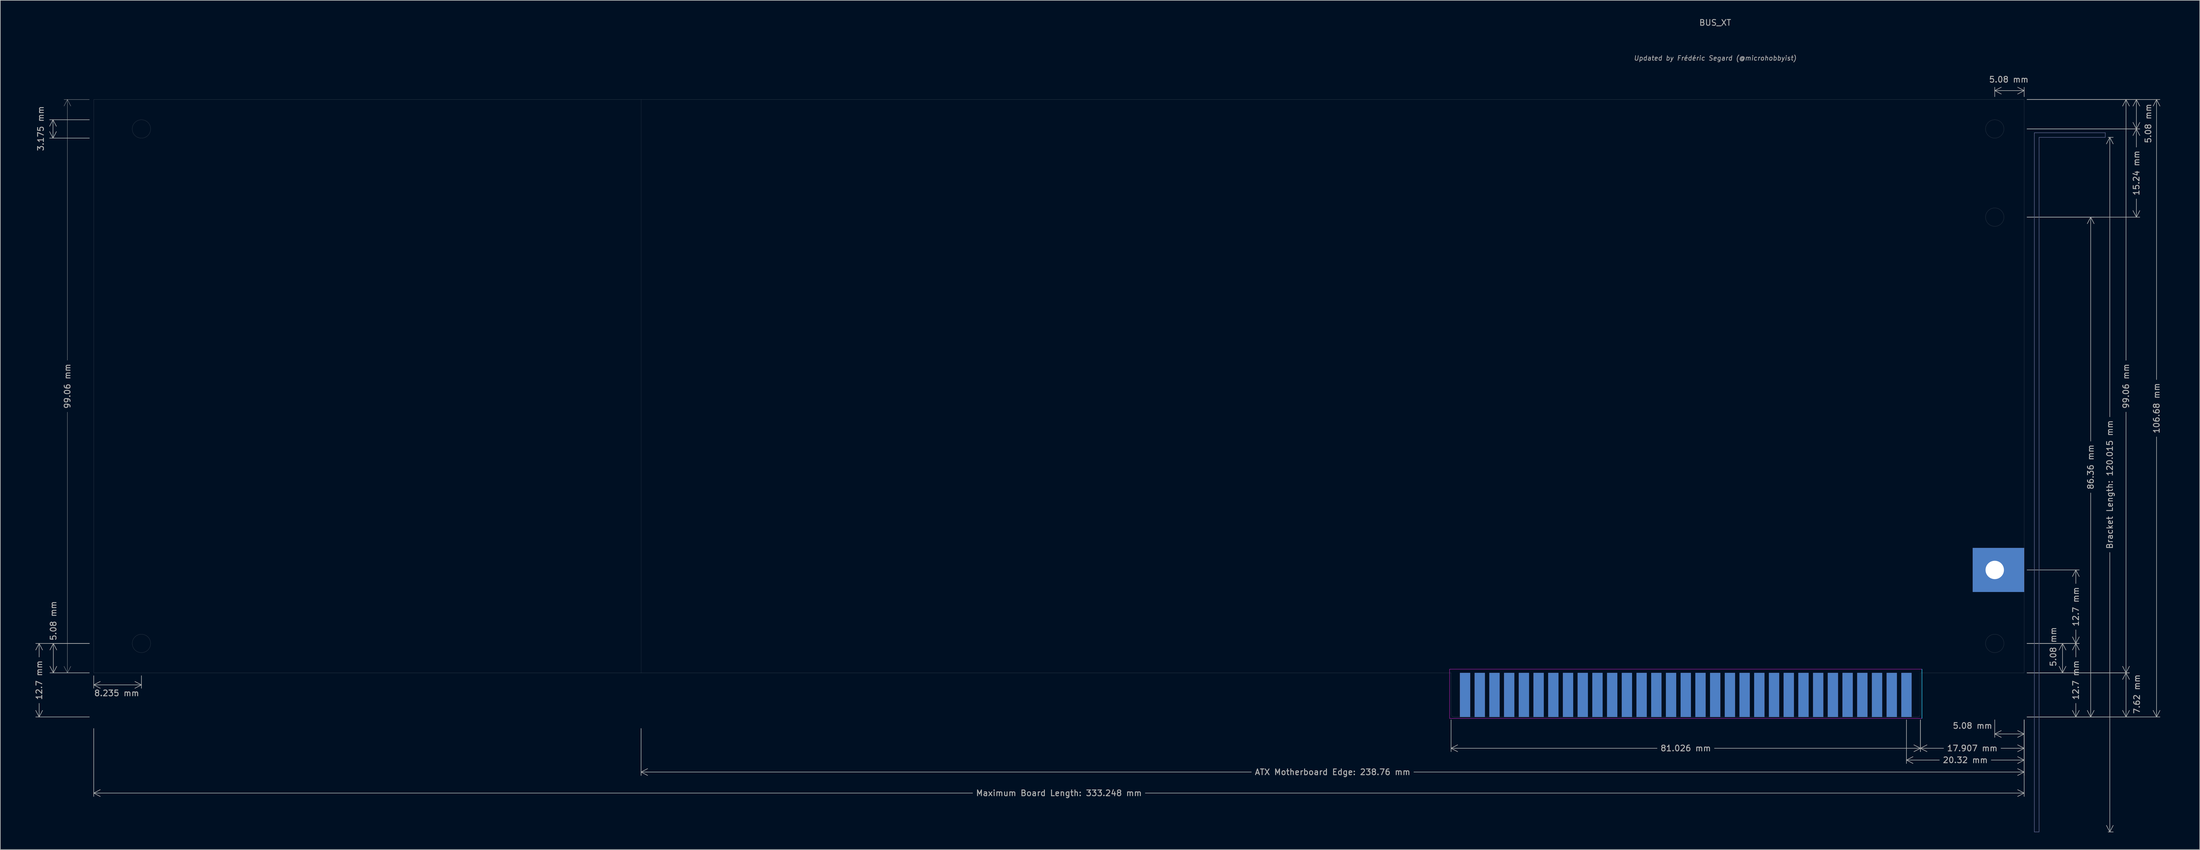
<source format=kicad_pcb>
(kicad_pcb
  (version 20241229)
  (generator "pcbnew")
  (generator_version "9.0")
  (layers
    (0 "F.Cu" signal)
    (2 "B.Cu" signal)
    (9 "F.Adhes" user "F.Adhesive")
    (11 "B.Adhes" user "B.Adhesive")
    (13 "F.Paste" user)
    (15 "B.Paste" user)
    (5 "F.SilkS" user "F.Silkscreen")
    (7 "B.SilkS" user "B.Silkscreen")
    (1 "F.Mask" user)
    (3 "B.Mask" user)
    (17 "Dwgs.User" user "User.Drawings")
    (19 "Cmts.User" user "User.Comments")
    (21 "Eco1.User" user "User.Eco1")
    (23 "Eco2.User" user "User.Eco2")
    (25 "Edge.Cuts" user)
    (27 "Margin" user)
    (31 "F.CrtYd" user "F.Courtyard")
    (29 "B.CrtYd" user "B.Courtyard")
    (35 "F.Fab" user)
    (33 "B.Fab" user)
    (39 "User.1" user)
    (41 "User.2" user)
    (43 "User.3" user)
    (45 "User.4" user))
  (footprint "BUS_XT"
    (layer "F.Cu")
    (at 326.058 120.83)
    (property "Reference" "BUS_XT" (at -33.02 -119.38 0) (layer "F.Fab") (effects (font (size 1 1) (thickness 0.15)) (justify bottom)))
    (attr exclude_from_pos_files exclude_from_bom)
    (fp_line (start -312.928 -7.62) (end -312.928 -106.68) (stroke (width 0.01) (type default)) (layer "Edge.Cuts"))
    (fp_line (start -218.44 -106.68) (end -312.928 -106.68) (stroke (width 0.01) (type default)) (layer "Edge.Cuts"))
    (fp_line (start -218.44 -106.68) (end 20.32 -106.68) (stroke (width 0.01) (type default)) (layer "Edge.Cuts"))
    (fp_line (start -218.44 -7.62) (end -312.928 -7.62) (stroke (width 0.01) (type default)) (layer "Edge.Cuts"))
    (fp_line (start -83.947 -7.62) (end -218.44 -7.62) (stroke (width 0.01) (type default)) (layer "Edge.Cuts"))
    (fp_line (start -83.947 -7.62) (end -78.613 -7.62) (stroke (width 0.01) (type default)) (layer "Edge.Cuts"))
    (fp_line (start -78.613 -0.5) (end -78.613 -7.62) (stroke (width 0.01) (type default)) (layer "Edge.Cuts"))
    (fp_line (start 1.913 0) (end -78.113 0) (stroke (width 0.01) (type default)) (layer "Edge.Cuts"))
    (fp_line (start 2.413 -0.5) (end 2.413 -7.62) (stroke (width 0.01) (type default)) (layer "Edge.Cuts"))
    (fp_line (start 20.32 -7.62) (end 2.413 -7.62) (stroke (width 0.01) (type default)) (layer "Edge.Cuts"))
    (fp_line (start 20.32 -7.62) (end 20.32 -106.68) (stroke (width 0.01) (type default)) (layer "Edge.Cuts"))
    (fp_arc (start -78.113 0) (mid -78.466554 -0.146446) (end -78.613 -0.5) (stroke (width 0.01) (type default)) (layer "Edge.Cuts"))
    (fp_arc (start 2.413 -0.5) (mid 2.266554 -0.146446) (end 1.913 0) (stroke (width 0.01) (type default)) (layer "Edge.Cuts"))
    (fp_circle (center -304.692 -101.6) (end -303.104 -101.6) (stroke (width 0.01) (type default)) (fill no) (layer "Edge.Cuts"))
    (fp_circle (center -304.692 -12.7) (end -303.104 -12.7) (stroke (width 0.01) (type default)) (fill no) (layer "Edge.Cuts"))
    (fp_circle (center 15.24 -101.6) (end 16.828 -101.6) (stroke (width 0.01) (type default)) (fill no) (layer "Edge.Cuts"))
    (fp_circle (center 15.24 -86.36) (end 16.828 -86.36) (stroke (width 0.01) (type default)) (fill no) (layer "Edge.Cuts"))
    (fp_circle (center 15.24 -12.7) (end 16.828 -12.7) (stroke (width 0.01) (type default)) (fill no) (layer "Edge.Cuts"))
    (fp_rect (start 2.667 -8.255) (end 2.692 0.254) (stroke (width 0.05) (type default)) (fill no) (layer "B.CrtYd"))
    (fp_rect (start -78.867 0.254) (end 2.667 -8.255) (stroke (width 0.05) (type default)) (fill no) (layer "F.CrtYd"))
    (fp_line (start 22.079 -100.941) (end 22.079 19.868) (stroke (width 0.1) (type default)) (layer "B.Fab"))
    (fp_line (start 22.079 19.868) (end 22.892 19.868) (stroke (width 0.1) (type default)) (layer "B.Fab"))
    (fp_line (start 22.892 -100.146) (end 34.322 -100.147) (stroke (width 0.1) (type default)) (layer "B.Fab"))
    (fp_line (start 22.892 19.868) (end 22.892 -100.146) (stroke (width 0.1) (type default)) (layer "B.Fab"))
    (fp_line (start 34.322 -100.941) (end 22.079 -100.941) (stroke (width 0.1) (type default)) (layer "B.Fab"))
    (fp_line (start 34.322 -100.147) (end 34.322 -100.941) (stroke (width 0.1) (type default)) (layer "B.Fab"))
    (fp_line (start -218.44 -7.62) (end -218.44 -106.68) (stroke (width 0.01) (type default)) (layer "F.Fab"))
    (fp_rect (start -312.928 -7.62) (end -312.127 0) (stroke (width 0.000025) (type default)) (fill no) (layer "F.Fab"))
    (fp_rect (start 11.43 -29.21) (end 20.32 -21.59) (stroke (width 0.001) (type default)) (fill no) (layer "F.Fab"))
    (fp_text user "Updated by Frédéric Segard (@microhobbyist)" (at -33.02 -114.3 0) (layer "F.Fab") (effects (font (size 0.8 0.8) (thickness 0.12) (italic yes)) (justify top)))
    (dimension (type aligned) (layer "F.Fab") (pts (xy 12.876 17.642) (xy 12.876 20.817)) (height 6.778) (format (prefix "") (suffix "") (units 3) (units_format 1) (precision 4) (suppress_zeroes yes)) (style (thickness 0.1) (arrow_length 1.27) (text_position_mode 2) (arrow_direction outward) (extension_height 0.586) (extension_offset 0.5) (keep_text_aligned yes)) (gr_text "3.175 mm" (at 3.982 19.169 90) (layer "F.Fab") (effects (font (size 1 1) (thickness 0.15)))))
    (dimension (type aligned) (layer "F.Fab") (pts (xy 346.378 113.21) (xy 346.378 120.83)) (height -17.579) (format (prefix "") (suffix "") (units 3) (units_format 1) (precision 4) (suppress_zeroes yes)) (style (thickness 0.1) (arrow_length 1.27) (text_position_mode 2) (arrow_direction outward) (extension_height 0.586) (extension_offset 0.5) (keep_text_aligned yes)) (gr_text "7.62 mm" (at 365.835 116.894 90) (layer "F.Fab") (effects (font (size 1 1) (thickness 0.15)))))
    (dimension (type aligned) (layer "F.Fab") (pts (xy 346.378 120.83) (xy 346.378 108.13)) (height 8.918) (format (prefix "") (suffix "") (units 3) (units_format 1) (precision 4) (suppress_zeroes yes)) (style (thickness 0.1) (arrow_length 1.27) (text_position_mode 1) (arrow_direction outward) (extension_height 0.586) (extension_offset 0.5) (keep_text_aligned yes)) (gr_text "12.7 mm" (at 355.296 114.48 90) (layer "F.Fab") (effects (font (size 1 1) (thickness 0.15)))))
    (dimension (type aligned) (layer "F.Fab") (pts (xy 326.058 120.83) (xy 346.378 120.83)) (height 7.453) (format (prefix "") (suffix "") (units 3) (units_format 1) (precision 4) (suppress_zeroes yes)) (style (thickness 0.1) (arrow_length 1.27) (text_position_mode 1) (arrow_direction outward) (extension_height 0.586) (extension_offset 0.5) (keep_text_aligned yes)) (gr_text "20.32 mm" (at 336.218 128.283 0) (layer "F.Fab") (effects (font (size 1 1) (thickness 0.15)))))
    (dimension (type aligned) (layer "F.Fab") (pts (xy 346.378 120.83) (xy 107.618 120.83)) (height -9.522) (format (prefix "ATX Motherboard Edge: ") (suffix "") (units 3) (units_format 1) (precision 4) (suppress_zeroes yes)) (style (thickness 0.1) (arrow_length 1.27) (text_position_mode 1) (arrow_direction outward) (extension_height 0.586) (extension_offset 2) (keep_text_aligned yes)) (gr_text "ATX Motherboard Edge: 238.76 mm" (at 226.998 130.352 0) (layer "F.Fab") (effects (font (size 1 1) (thickness 0.15)))))
    (dimension (type aligned) (layer "F.Fab") (pts (xy 360.38 20.683) (xy 360.38 140.698)) (height -0.781) (format (prefix "Bracket Length: ") (suffix "") (units 3) (units_format 1) (precision 4) (suppress_zeroes yes)) (style (thickness 0.1) (arrow_length 1.27) (text_position_mode 1) (arrow_direction outward) (extension_height 0.586) (extension_offset 0.5)) (gr_text "Bracket Length: 120.015 mm" (at 361.161 80.691 90) (layer "F.Fab") (effects (font (size 1 1) (thickness 0.15)))))
    (dimension (type aligned) (layer "F.Fab") (pts (xy 341.298 120.83) (xy 346.378 120.83)) (height 2.942) (format (prefix "") (suffix "") (units 3) (units_format 1) (precision 4) (suppress_zeroes yes)) (style (thickness 0.1) (arrow_length 1.27) (text_position_mode 2) (arrow_direction outward) (extension_height 0.586) (extension_offset 0.5) (keep_text_aligned yes)) (gr_text "5.08 mm" (at 340.939 122.352 0) (layer "F.Fab") (effects (font (size 1 1) (thickness 0.15)) (justify right))))
    (dimension (type aligned) (layer "F.Fab") (pts (xy 247.445 120.83) (xy 328.471 120.83)) (height 5.413) (format (prefix "") (suffix "") (units 3) (units_format 1) (precision 4) (suppress_zeroes yes)) (style (thickness 0.1) (arrow_length 1.27) (text_position_mode 1) (arrow_direction outward) (extension_height 0.586) (extension_offset 0.5) (keep_text_aligned yes)) (gr_text "81.026 mm" (at 287.958 126.243 0) (layer "F.Fab") (effects (font (size 1 1) (thickness 0.15)))))
    (dimension (type aligned) (layer "F.Fab") (pts (xy 346.378 113.21) (xy 346.378 14.15)) (height 17.579) (format (prefix "") (suffix "") (units 3) (units_format 1) (precision 4) (suppress_zeroes yes)) (style (thickness 0.1) (arrow_length 1.27) (text_position_mode 1) (arrow_direction outward) (extension_height 0.586) (extension_offset 0.5) (keep_text_aligned yes)) (gr_text "99.06 mm" (at 363.957 63.68 90) (layer "F.Fab") (effects (font (size 1 1) (thickness 0.15)))))
    (dimension (type aligned) (layer "F.Fab") (pts (xy 12.876 113.21) (xy 12.876 108.13)) (height -6.718) (format (prefix "") (suffix "") (units 3) (units_format 1) (precision 4) (suppress_zeroes yes)) (style (thickness 0.1) (arrow_length 1.27) (text_position_mode 2) (arrow_direction outward) (extension_height 0.586) (extension_offset 0.5) (keep_text_aligned yes)) (gr_text "5.08 mm" (at 6.167 107.701 90) (layer "F.Fab") (effects (font (size 1 1) (thickness 0.15)) (justify left))))
    (dimension (type aligned) (layer "F.Fab") (pts (xy 346.378 120.83) (xy 13.13 120.83)) (height -13.154) (format (prefix "Maximum Board Length: ") (suffix "") (units 3) (units_format 1) (precision 4) (suppress_zeroes yes)) (style (thickness 0.1) (arrow_length 1.27) (text_position_mode 1) (arrow_direction outward) (extension_height 0.586) (extension_offset 2) (keep_text_aligned yes)) (gr_text "Maximum Board Length: 333.248 mm" (at 179.754 133.984 0) (layer "F.Fab") (effects (font (size 1 1) (thickness 0.15)))))
    (dimension (type aligned) (layer "F.Fab") (pts (xy 12.876 113.21) (xy 12.876 14.15)) (height -4.29) (format (prefix "") (suffix "") (units 3) (units_format 1) (precision 4) (suppress_zeroes yes)) (style (thickness 0.05) (arrow_length 1.27) (text_position_mode 1) (arrow_direction outward) (extension_height 0.586) (extension_offset 0.5) (keep_text_aligned yes)) (gr_text "99.06 mm" (at 8.586 63.68 90) (layer "F.Fab") (effects (font (size 1 1) (thickness 0.15)))))
    (dimension (type aligned) (layer "F.Fab") (pts (xy 346.378 34.47) (xy 346.378 19.23)) (height 19.371) (format (prefix "") (suffix "") (units 3) (units_format 1) (precision 4) (suppress_zeroes yes)) (style (thickness 0.1) (arrow_length 1.27) (text_position_mode 1) (arrow_direction outward) (extension_height 0.586) (extension_offset 0.5) (keep_text_aligned yes)) (gr_text "15.24 mm" (at 365.75 26.85 90) (layer "F.Fab") (effects (font (size 1 1) (thickness 0.15)))))
    (dimension (type aligned) (layer "F.Fab") (pts (xy 346.378 14.15) (xy 341.298 14.15)) (height 1.541) (format (prefix "") (suffix "") (units 3) (units_format 1) (precision 4) (suppress_zeroes yes)) (style (thickness 0.1) (arrow_length 1.27) (text_position_mode 2) (arrow_direction outward) (extension_height 0.586) (extension_offset 0.5) (keep_text_aligned yes)) (gr_text "5.08 mm" (at 343.726 10.69 0) (layer "F.Fab") (effects (font (size 1 1) (thickness 0.15)))))
    (dimension (type aligned) (layer "F.Fab") (pts (xy 346.378 108.13) (xy 346.378 95.43)) (height 8.918) (format (prefix "") (suffix "") (units 3) (units_format 1) (precision 4) (suppress_zeroes yes)) (style (thickness 0.1) (arrow_length 1.27) (text_position_mode 1) (arrow_direction outward) (extension_height 0.586) (extension_offset 0.5) (keep_text_aligned yes)) (gr_text "12.7 mm" (at 355.296 101.78 90) (layer "F.Fab") (effects (font (size 1 1) (thickness 0.15)))))
    (dimension (type aligned) (layer "F.Fab") (pts (xy 346.378 120.83) (xy 346.378 14.15)) (height 22.851) (format (prefix "") (suffix "") (units 3) (units_format 1) (precision 4) (suppress_zeroes yes)) (style (thickness 0.1) (arrow_length 1.27) (text_position_mode 1) (arrow_direction outward) (extension_height 0.586) (extension_offset 0.5) (keep_text_aligned yes)) (gr_text "106.68 mm" (at 369.229 67.49 90) (layer "F.Fab") (effects (font (size 1 1) (thickness 0.15)))))
    (dimension (type aligned) (layer "F.Fab") (pts (xy 12.876 120.83) (xy 12.876 108.13)) (height -9.168) (format (prefix "") (suffix "") (units 3) (units_format 1) (precision 4) (suppress_zeroes yes)) (style (thickness 0.1) (arrow_length 1.27) (text_position_mode 1) (arrow_direction outward) (extension_height 0.586) (extension_offset 0.5) (keep_text_aligned yes)) (gr_text "12.7 mm" (at 3.708 114.48 90) (layer "F.Fab") (effects (font (size 1 1) (thickness 0.15)))))
    (dimension (type aligned) (layer "F.Fab") (pts (xy 21.366 113.21) (xy 13.131 113.21)) (height -2.078) (format (prefix "") (suffix "") (units 3) (units_format 1) (precision 4) (suppress_zeroes yes)) (style (thickness 0.1) (arrow_length 1.27) (text_position_mode 2) (arrow_direction outward) (extension_height 0.586) (extension_offset 0.5) (keep_text_aligned yes)) (gr_text "8.235 mm" (at 17.096 116.722 0) (layer "F.Fab") (effects (font (size 1 1) (thickness 0.15)))))
    (dimension (type aligned) (layer "F.Fab") (pts (xy 346.378 19.23) (xy 346.378 14.15)) (height 19.372) (format (prefix "") (suffix "") (units 3) (units_format 1) (precision 4) (suppress_zeroes yes)) (style (thickness 0.1) (arrow_length 1.27) (text_position_mode 2) (arrow_direction outward) (extension_height 0.586) (extension_offset 0.5) (keep_text_aligned yes)) (gr_text "5.08 mm" (at 367.792 14.809 90) (layer "F.Fab") (effects (font (size 1 1) (thickness 0.15)) (justify right))))
    (dimension (type aligned) (layer "F.Fab") (pts (xy 328.471 120.83) (xy 346.378 120.83)) (height 5.413) (format (prefix "") (suffix "") (units 3) (units_format 1) (precision 4) (suppress_zeroes yes)) (style (thickness 0.1) (arrow_length 1.27) (text_position_mode 1) (arrow_direction outward) (extension_height 0.586) (extension_offset 0.5) (keep_text_aligned yes)) (gr_text "17.907 mm" (at 337.425 126.243 0) (layer "F.Fab") (effects (font (size 1 1) (thickness 0.15)))))
    (dimension (type aligned) (layer "F.Fab") (pts (xy 346.378 120.83) (xy 346.378 34.47)) (height 11.483) (format (prefix "") (suffix "") (units 3) (units_format 1) (precision 4) (suppress_zeroes yes)) (style (thickness 0.1) (arrow_length 1.27) (text_position_mode 1) (arrow_direction outward) (extension_height 0.586) (extension_offset 0.5) (keep_text_aligned yes)) (gr_text "86.36 mm" (at 357.862 77.65 90) (layer "F.Fab") (effects (font (size 1 1) (thickness 0.15)))))
    (dimension (type aligned) (layer "F.Fab") (pts (xy 346.378 113.21) (xy 346.378 108.13)) (height 6.62) (format (prefix "") (suffix "") (units 3) (units_format 1) (precision 4) (suppress_zeroes yes)) (style (thickness 0.1) (arrow_length 1.27) (text_position_mode 2) (arrow_direction outward) (extension_height 0.586) (extension_offset 0.5) (keep_text_aligned yes)) (gr_text "5.08 mm" (at 351.399 112.185 90) (layer "F.Fab") (effects (font (size 1 1) (thickness 0.15)) (justify left))))
    (pad "0" thru_hole rect (at 15.24 -25.4) (size 8.89 7.62) (drill 3.175 (offset 0.635 0)) (layers "*.Cu" "*.Mask"))
    (pad "1" connect rect (at 0 -3.81) (size 1.78 7.62) (layers "B.Cu" "B.Mask"))
    (pad "2" connect rect (at -2.54 -3.81) (size 1.78 7.62) (layers "B.Cu" "B.Mask"))
    (pad "3" connect rect (at -5.08 -3.81) (size 1.78 7.62) (layers "B.Cu" "B.Mask"))
    (pad "4" connect rect (at -7.62 -3.81) (size 1.78 7.62) (layers "B.Cu" "B.Mask"))
    (pad "5" connect rect (at -10.16 -3.81) (size 1.78 7.62) (layers "B.Cu" "B.Mask"))
    (pad "6" connect rect (at -12.7 -3.81) (size 1.78 7.62) (layers "B.Cu" "B.Mask"))
    (pad "7" connect rect (at -15.24 -3.81) (size 1.78 7.62) (layers "B.Cu" "B.Mask"))
    (pad "8" connect rect (at -17.78 -3.81) (size 1.78 7.62) (layers "B.Cu" "B.Mask"))
    (pad "9" connect rect (at -20.32 -3.81) (size 1.78 7.62) (layers "B.Cu" "B.Mask"))
    (pad "10" connect rect (at -22.86 -3.81) (size 1.78 7.62) (layers "B.Cu" "B.Mask"))
    (pad "11" connect rect (at -25.4 -3.81) (size 1.78 7.62) (layers "B.Cu" "B.Mask"))
    (pad "12" connect rect (at -27.94 -3.81) (size 1.78 7.62) (layers "B.Cu" "B.Mask"))
    (pad "13" connect rect (at -30.48 -3.81) (size 1.78 7.62) (layers "B.Cu" "B.Mask"))
    (pad "14" connect rect (at -33.02 -3.81) (size 1.78 7.62) (layers "B.Cu" "B.Mask"))
    (pad "15" connect rect (at -35.56 -3.81) (size 1.78 7.62) (layers "B.Cu" "B.Mask"))
    (pad "16" connect rect (at -38.1 -3.81) (size 1.78 7.62) (layers "B.Cu" "B.Mask"))
    (pad "17" connect rect (at -40.64 -3.81) (size 1.78 7.62) (layers "B.Cu" "B.Mask"))
    (pad "18" connect rect (at -43.18 -3.81) (size 1.78 7.62) (layers "B.Cu" "B.Mask"))
    (pad "19" connect rect (at -45.72 -3.81) (size 1.78 7.62) (layers "B.Cu" "B.Mask"))
    (pad "20" connect rect (at -48.26 -3.81) (size 1.78 7.62) (layers "B.Cu" "B.Mask"))
    (pad "21" connect rect (at -50.8 -3.81) (size 1.78 7.62) (layers "B.Cu" "B.Mask"))
    (pad "22" connect rect (at -53.34 -3.81) (size 1.78 7.62) (layers "B.Cu" "B.Mask"))
    (pad "23" connect rect (at -55.88 -3.81) (size 1.78 7.62) (layers "B.Cu" "B.Mask"))
    (pad "24" connect rect (at -58.42 -3.81) (size 1.78 7.62) (layers "B.Cu" "B.Mask"))
    (pad "25" connect rect (at -60.96 -3.81) (size 1.78 7.62) (layers "B.Cu" "B.Mask"))
    (pad "26" connect rect (at -63.5 -3.81) (size 1.78 7.62) (layers "B.Cu" "B.Mask"))
    (pad "27" connect rect (at -66.04 -3.81) (size 1.78 7.62) (layers "B.Cu" "B.Mask"))
    (pad "28" connect rect (at -68.58 -3.81) (size 1.78 7.62) (layers "B.Cu" "B.Mask"))
    (pad "29" connect rect (at -71.12 -3.81) (size 1.78 7.62) (layers "B.Cu" "B.Mask"))
    (pad "30" connect rect (at -73.66 -3.81) (size 1.78 7.62) (layers "B.Cu" "B.Mask"))
    (pad "31" connect rect (at -76.2 -3.81) (size 1.78 7.62) (layers "B.Cu" "B.Mask"))
    (pad "32" connect rect (at 0 -3.81) (size 1.78 7.62) (layers "F.Cu" "F.Mask"))
    (pad "33" connect rect (at -2.54 -3.81) (size 1.78 7.62) (layers "F.Cu" "F.Mask"))
    (pad "34" connect rect (at -5.08 -3.81) (size 1.78 7.62) (layers "F.Cu" "F.Mask"))
    (pad "35" connect rect (at -7.62 -3.81) (size 1.78 7.62) (layers "F.Cu" "F.Mask"))
    (pad "36" connect rect (at -10.16 -3.81) (size 1.78 7.62) (layers "F.Cu" "F.Mask"))
    (pad "37" connect rect (at -12.7 -3.81) (size 1.78 7.62) (layers "F.Cu" "F.Mask"))
    (pad "38" connect rect (at -15.24 -3.81) (size 1.78 7.62) (layers "F.Cu" "F.Mask"))
    (pad "39" connect rect (at -17.78 -3.81) (size 1.78 7.62) (layers "F.Cu" "F.Mask"))
    (pad "40" connect rect (at -20.32 -3.81) (size 1.78 7.62) (layers "F.Cu" "F.Mask"))
    (pad "41" connect rect (at -22.86 -3.81) (size 1.78 7.62) (layers "F.Cu" "F.Mask"))
    (pad "42" connect rect (at -25.4 -3.81) (size 1.78 7.62) (layers "F.Cu" "F.Mask"))
    (pad "43" connect rect (at -27.94 -3.81) (size 1.78 7.62) (layers "F.Cu" "F.Mask"))
    (pad "44" connect rect (at -30.48 -3.81) (size 1.78 7.62) (layers "F.Cu" "F.Mask"))
    (pad "45" connect rect (at -33.02 -3.81) (size 1.78 7.62) (layers "F.Cu" "F.Mask"))
    (pad "46" connect rect (at -35.56 -3.81) (size 1.78 7.62) (layers "F.Cu" "F.Mask"))
    (pad "47" connect rect (at -38.1 -3.81) (size 1.78 7.62) (layers "F.Cu" "F.Mask"))
    (pad "48" connect rect (at -40.64 -3.81) (size 1.78 7.62) (layers "F.Cu" "F.Mask"))
    (pad "49" connect rect (at -43.18 -3.81) (size 1.78 7.62) (layers "F.Cu" "F.Mask"))
    (pad "50" connect rect (at -45.72 -3.81) (size 1.78 7.62) (layers "F.Cu" "F.Mask"))
    (pad "51" connect rect (at -48.26 -3.81) (size 1.78 7.62) (layers "F.Cu" "F.Mask"))
    (pad "52" connect rect (at -50.8 -3.81) (size 1.78 7.62) (layers "F.Cu" "F.Mask"))
    (pad "53" connect rect (at -53.34 -3.81) (size 1.78 7.62) (layers "F.Cu" "F.Mask"))
    (pad "54" connect rect (at -55.88 -3.81) (size 1.78 7.62) (layers "F.Cu" "F.Mask"))
    (pad "55" connect rect (at -58.42 -3.81) (size 1.78 7.62) (layers "F.Cu" "F.Mask"))
    (pad "56" connect rect (at -60.96 -3.81) (size 1.78 7.62) (layers "F.Cu" "F.Mask"))
    (pad "57" connect rect (at -63.5 -3.81) (size 1.78 7.62) (layers "F.Cu" "F.Mask"))
    (pad "58" connect rect (at -66.04 -3.81) (size 1.78 7.62) (layers "F.Cu" "F.Mask"))
    (pad "59" connect rect (at -68.58 -3.81) (size 1.78 7.62) (layers "F.Cu" "F.Mask"))
    (pad "60" connect rect (at -71.12 -3.81) (size 1.78 7.62) (layers "F.Cu" "F.Mask"))
    (pad "61" connect rect (at -73.66 -3.81) (size 1.78 7.62) (layers "F.Cu" "F.Mask"))
    (pad "62" connect rect (at -76.2 -3.81) (size 1.78 7.62) (layers "F.Cu" "F.Mask")))
  (gr_rect
    (start -3 -3)
    (end 376.687 143.748)
    (stroke (width 0.1) (type default))
    (fill no)
    (layer "Edge.Cuts")))
</source>
